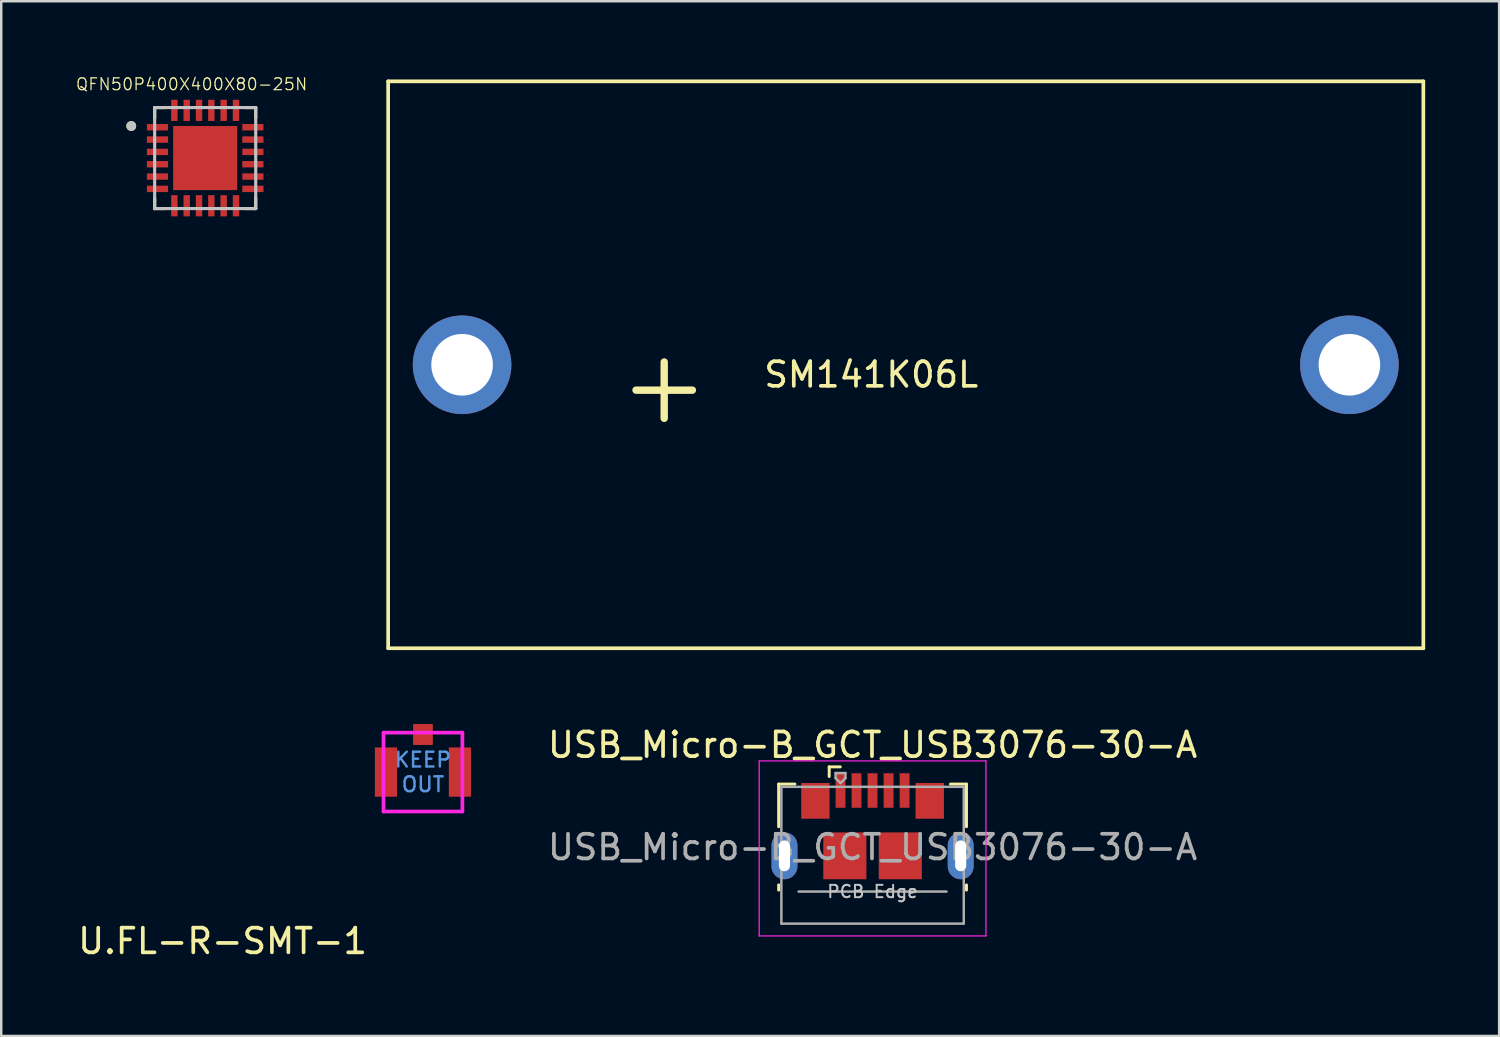
<source format=kicad_pcb>
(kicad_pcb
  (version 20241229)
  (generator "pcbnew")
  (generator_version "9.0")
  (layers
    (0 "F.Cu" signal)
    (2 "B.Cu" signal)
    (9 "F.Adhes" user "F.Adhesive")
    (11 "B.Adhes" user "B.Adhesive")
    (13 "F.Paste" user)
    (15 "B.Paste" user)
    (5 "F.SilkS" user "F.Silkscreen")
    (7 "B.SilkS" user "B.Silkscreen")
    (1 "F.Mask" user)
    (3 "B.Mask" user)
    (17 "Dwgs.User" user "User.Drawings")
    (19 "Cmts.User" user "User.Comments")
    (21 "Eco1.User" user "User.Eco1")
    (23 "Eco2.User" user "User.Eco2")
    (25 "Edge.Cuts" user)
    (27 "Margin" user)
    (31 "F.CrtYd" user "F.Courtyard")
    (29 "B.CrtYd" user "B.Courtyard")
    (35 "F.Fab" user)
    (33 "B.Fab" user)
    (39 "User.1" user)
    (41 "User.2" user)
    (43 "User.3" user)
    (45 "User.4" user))
  (footprint "SM141K06L"
    (layer "F.Cu")
    (at 12.698 0.25)
    (property "Reference" "SM141K06L" (at 19.6 11.9 0) (layer "F.SilkS") (effects (font (size 1 1) (thickness 0.15))))
    (attr through_hole)
    (fp_line (start 0 0) (end 42 0) (stroke (width 0.15) (type solid)) (layer "F.SilkS"))
    (fp_line (start 0 23) (end 0 0) (stroke (width 0.15) (type solid)) (layer "F.SilkS"))
    (fp_line (start 42 0) (end 42 23) (stroke (width 0.15) (type solid)) (layer "F.SilkS"))
    (fp_line (start 42 23) (end 0 23) (stroke (width 0.15) (type solid)) (layer "F.SilkS"))
    (fp_text user "+" (at 11.2 12.3 0) (layer "F.SilkS") (effects (font (size 3 3) (thickness 0.3))))
    (pad "1" thru_hole circle (at 3 11.5) (size 4 4) (drill 2.5) (layers "*.Cu" "*.Mask"))
    (pad "2" thru_hole circle (at 39 11.5) (size 4 4) (drill 2.5) (layers "*.Cu" "*.Mask")))
  (footprint "QFN50P400X400X80-25N"
    (layer "F.Cu")
    (at 5.275 3.363)
    (property "Reference" "QFN50P400X400X80-25N" (at -0.551 -2.995 0) (layer "F.SilkS") (effects (font (size 0.48 0.48) (thickness 0.05))))
    (attr smd)
    (fp_line (start -2.05 -2.05) (end -2.05 -1.63) (stroke (width 0.127) (type solid)) (layer "F.SilkS"))
    (fp_line (start -2.05 1.63) (end -2.05 2.05) (stroke (width 0.127) (type solid)) (layer "F.SilkS"))
    (fp_line (start -2.05 2.05) (end -1.63 2.05) (stroke (width 0.127) (type solid)) (layer "F.SilkS"))
    (fp_line (start -1.63 -2.05) (end -2.05 -2.05) (stroke (width 0.127) (type solid)) (layer "F.SilkS"))
    (fp_line (start 1.63 2.05) (end 2.05 2.05) (stroke (width 0.127) (type solid)) (layer "F.SilkS"))
    (fp_line (start 2.05 -2.05) (end 1.63 -2.05) (stroke (width 0.127) (type solid)) (layer "F.SilkS"))
    (fp_line (start 2.05 -1.63) (end 2.05 -2.05) (stroke (width 0.127) (type solid)) (layer "F.SilkS"))
    (fp_line (start 2.05 2.05) (end 2.05 1.63) (stroke (width 0.127) (type solid)) (layer "F.SilkS"))
    (fp_circle (center -3 -1.3) (end -2.9 -1.3) (stroke (width 0.2) (type solid)) (fill no) (layer "F.SilkS"))
    (fp_poly (pts (xy -1.045 -1.045) (xy -0.125 -1.045) (xy -0.125 -0.125) (xy -1.045 -0.125)) (stroke (width 0) (type solid)) (fill yes) (layer "F.Paste"))
    (fp_poly (pts (xy -1.045 0.125) (xy -0.125 0.125) (xy -0.125 1.045) (xy -1.045 1.045)) (stroke (width 0) (type solid)) (fill yes) (layer "F.Paste"))
    (fp_poly (pts (xy 0.125 -1.045) (xy 1.045 -1.045) (xy 1.045 -0.125) (xy 0.125 -0.125)) (stroke (width 0) (type solid)) (fill yes) (layer "F.Paste"))
    (fp_poly (pts (xy 0.125 0.125) (xy 1.045 0.125) (xy 1.045 1.045) (xy 0.125 1.045)) (stroke (width 0) (type solid)) (fill yes) (layer "F.Paste"))
    (fp_line (start -2.05 -2.05) (end 2.05 -2.05) (stroke (width 0.127) (type solid)) (layer "Dwgs.User"))
    (fp_line (start -2.05 2.05) (end -2.05 -2.05) (stroke (width 0.127) (type solid)) (layer "Dwgs.User"))
    (fp_line (start 2.05 -2.05) (end 2.05 2.05) (stroke (width 0.127) (type solid)) (layer "Dwgs.User"))
    (fp_line (start 2.05 2.05) (end -2.05 2.05) (stroke (width 0.127) (type solid)) (layer "Dwgs.User"))
    (fp_circle (center -3 -1.3) (end -2.9 -1.3) (stroke (width 0.2) (type solid)) (fill no) (layer "Dwgs.User"))
    (fp_line (start -2.62 -1.63) (end -2.3 -1.63) (stroke (width 0.05) (type solid)) (layer "Eco1.User"))
    (fp_line (start -2.62 1.63) (end -2.62 -1.63) (stroke (width 0.05) (type solid)) (layer "Eco1.User"))
    (fp_line (start -2.3 -2.3) (end -1.63 -2.3) (stroke (width 0.05) (type solid)) (layer "Eco1.User"))
    (fp_line (start -2.3 -1.63) (end -2.3 -2.3) (stroke (width 0.05) (type solid)) (layer "Eco1.User"))
    (fp_line (start -2.3 1.63) (end -2.62 1.63) (stroke (width 0.05) (type solid)) (layer "Eco1.User"))
    (fp_line (start -2.3 2.3) (end -2.3 1.63) (stroke (width 0.05) (type solid)) (layer "Eco1.User"))
    (fp_line (start -1.63 -2.62) (end 1.63 -2.62) (stroke (width 0.05) (type solid)) (layer "Eco1.User"))
    (fp_line (start -1.63 -2.3) (end -1.63 -2.62) (stroke (width 0.05) (type solid)) (layer "Eco1.User"))
    (fp_line (start -1.63 2.3) (end -2.3 2.3) (stroke (width 0.05) (type solid)) (layer "Eco1.User"))
    (fp_line (start -1.63 2.62) (end -1.63 2.3) (stroke (width 0.05) (type solid)) (layer "Eco1.User"))
    (fp_line (start 1.63 -2.62) (end 1.63 -2.3) (stroke (width 0.05) (type solid)) (layer "Eco1.User"))
    (fp_line (start 1.63 -2.3) (end 2.3 -2.3) (stroke (width 0.05) (type solid)) (layer "Eco1.User"))
    (fp_line (start 1.63 2.3) (end 1.63 2.62) (stroke (width 0.05) (type solid)) (layer "Eco1.User"))
    (fp_line (start 1.63 2.62) (end -1.63 2.62) (stroke (width 0.05) (type solid)) (layer "Eco1.User"))
    (fp_line (start 2.3 -2.3) (end 2.3 -1.63) (stroke (width 0.05) (type solid)) (layer "Eco1.User"))
    (fp_line (start 2.3 -1.63) (end 2.62 -1.63) (stroke (width 0.05) (type solid)) (layer "Eco1.User"))
    (fp_line (start 2.3 1.63) (end 2.3 2.3) (stroke (width 0.05) (type solid)) (layer "Eco1.User"))
    (fp_line (start 2.3 2.3) (end 1.63 2.3) (stroke (width 0.05) (type solid)) (layer "Eco1.User"))
    (fp_line (start 2.62 -1.63) (end 2.62 1.63) (stroke (width 0.05) (type solid)) (layer "Eco1.User"))
    (fp_line (start 2.62 1.63) (end 2.3 1.63) (stroke (width 0.05) (type solid)) (layer "Eco1.User"))
    (pad "1" smd rect (at -1.935 -1.25) (size 0.86 0.26) (layers "F.Cu" "F.Mask" "F.Paste"))
    (pad "2" smd rect (at -1.935 -0.75) (size 0.86 0.26) (layers "F.Cu" "F.Mask" "F.Paste"))
    (pad "3" smd rect (at -1.935 -0.25) (size 0.86 0.26) (layers "F.Cu" "F.Mask" "F.Paste"))
    (pad "4" smd rect (at -1.935 0.25) (size 0.86 0.26) (layers "F.Cu" "F.Mask" "F.Paste"))
    (pad "5" smd rect (at -1.935 0.75) (size 0.86 0.26) (layers "F.Cu" "F.Mask" "F.Paste"))
    (pad "6" smd rect (at -1.935 1.25) (size 0.86 0.26) (layers "F.Cu" "F.Mask" "F.Paste"))
    (pad "7" smd rect (at -1.25 1.935 90) (size 0.86 0.26) (layers "F.Cu" "F.Mask" "F.Paste"))
    (pad "8" smd rect (at -0.75 1.935 90) (size 0.86 0.26) (layers "F.Cu" "F.Mask" "F.Paste"))
    (pad "9" smd rect (at -0.25 1.935 90) (size 0.86 0.26) (layers "F.Cu" "F.Mask" "F.Paste"))
    (pad "10" smd rect (at 0.25 1.935 90) (size 0.86 0.26) (layers "F.Cu" "F.Mask" "F.Paste"))
    (pad "11" smd rect (at 0.75 1.935 90) (size 0.86 0.26) (layers "F.Cu" "F.Mask" "F.Paste"))
    (pad "12" smd rect (at 1.25 1.935 90) (size 0.86 0.26) (layers "F.Cu" "F.Mask" "F.Paste"))
    (pad "13" smd rect (at 1.935 1.25 180) (size 0.86 0.26) (layers "F.Cu" "F.Mask" "F.Paste"))
    (pad "14" smd rect (at 1.935 0.75 180) (size 0.86 0.26) (layers "F.Cu" "F.Mask" "F.Paste"))
    (pad "15" smd rect (at 1.935 0.25 180) (size 0.86 0.26) (layers "F.Cu" "F.Mask" "F.Paste"))
    (pad "16" smd rect (at 1.935 -0.25 180) (size 0.86 0.26) (layers "F.Cu" "F.Mask" "F.Paste"))
    (pad "17" smd rect (at 1.935 -0.75 180) (size 0.86 0.26) (layers "F.Cu" "F.Mask" "F.Paste"))
    (pad "18" smd rect (at 1.935 -1.25 180) (size 0.86 0.26) (layers "F.Cu" "F.Mask" "F.Paste"))
    (pad "19" smd rect (at 1.25 -1.935 270) (size 0.86 0.26) (layers "F.Cu" "F.Mask" "F.Paste"))
    (pad "20" smd rect (at 0.75 -1.935 270) (size 0.86 0.26) (layers "F.Cu" "F.Mask" "F.Paste"))
    (pad "21" smd rect (at 0.25 -1.935 270) (size 0.86 0.26) (layers "F.Cu" "F.Mask" "F.Paste"))
    (pad "22" smd rect (at -0.25 -1.935 270) (size 0.86 0.26) (layers "F.Cu" "F.Mask" "F.Paste"))
    (pad "23" smd rect (at -0.75 -1.935 270) (size 0.86 0.26) (layers "F.Cu" "F.Mask" "F.Paste"))
    (pad "24" smd rect (at -1.25 -1.935 270) (size 0.86 0.26) (layers "F.Cu" "F.Mask" "F.Paste"))
    (pad "25" smd rect (at 0 0 180) (size 2.6 2.6) (layers "F.Cu" "F.Mask" "F.Paste")))
  (footprint "USB_Micro-B_GCT_USB3076-30-A"
    (layer "F.Cu")
    (at 32.352 30.473)
    (property "Reference" "USB_Micro-B_GCT_USB3076-30-A" (at 0 -3.3 0) (layer "F.SilkS") (effects (font (size 1 1) (thickness 0.15))))
    (attr smd)
    (fp_line (start -3.81 -1.71) (end -3.15 -1.71) (stroke (width 0.12) (type solid)) (layer "F.SilkS"))
    (fp_line (start -3.81 0.02) (end -3.81 -1.71) (stroke (width 0.12) (type solid)) (layer "F.SilkS"))
    (fp_line (start -3.81 2.59) (end -3.81 2.38) (stroke (width 0.12) (type solid)) (layer "F.SilkS"))
    (fp_line (start -1.76 -2.41) (end -1.76 -2.02) (stroke (width 0.12) (type solid)) (layer "F.SilkS"))
    (fp_line (start -1.76 -2.41) (end -1.31 -2.41) (stroke (width 0.12) (type solid)) (layer "F.SilkS"))
    (fp_line (start 3.81 -1.71) (end 3.16 -1.71) (stroke (width 0.12) (type solid)) (layer "F.SilkS"))
    (fp_line (start 3.81 0.02) (end 3.81 -1.71) (stroke (width 0.12) (type solid)) (layer "F.SilkS"))
    (fp_line (start 3.81 2.59) (end 3.81 2.38) (stroke (width 0.12) (type solid)) (layer "F.SilkS"))
    (fp_line (start -4.6 -2.65) (end 4.6 -2.65) (stroke (width 0.05) (type solid)) (layer "F.CrtYd"))
    (fp_line (start -4.6 4.45) (end -4.6 -2.65) (stroke (width 0.05) (type solid)) (layer "F.CrtYd"))
    (fp_line (start -4.6 4.45) (end 4.6 4.45) (stroke (width 0.05) (type solid)) (layer "F.CrtYd"))
    (fp_line (start 4.6 -2.65) (end 4.6 4.45) (stroke (width 0.05) (type solid)) (layer "F.CrtYd"))
    (fp_line (start -3.7 -1.6) (end 3.7 -1.6) (stroke (width 0.1) (type solid)) (layer "F.Fab"))
    (fp_line (start -3.7 3.95) (end -3.7 -1.6) (stroke (width 0.1) (type solid)) (layer "F.Fab"))
    (fp_line (start -3.7 3.95) (end 3.7 3.95) (stroke (width 0.1) (type solid)) (layer "F.Fab"))
    (fp_line (start -3 2.65) (end 3 2.65) (stroke (width 0.1) (type solid)) (layer "F.Fab"))
    (fp_line (start -1.5 -2.16) (end -1.5 -1.95) (stroke (width 0.1) (type solid)) (layer "F.Fab"))
    (fp_line (start -1.5 -2.16) (end -1.1 -2.16) (stroke (width 0.1) (type solid)) (layer "F.Fab"))
    (fp_line (start -1.3 -1.75) (end -1.5 -1.95) (stroke (width 0.1) (type solid)) (layer "F.Fab"))
    (fp_line (start -1.1 -2.16) (end -1.1 -1.95) (stroke (width 0.1) (type solid)) (layer "F.Fab"))
    (fp_line (start -1.1 -1.95) (end -1.3 -1.75) (stroke (width 0.1) (type solid)) (layer "F.Fab"))
    (fp_line (start 3.7 3.95) (end 3.7 -1.6) (stroke (width 0.1) (type solid)) (layer "F.Fab"))
    (fp_text user "PCB Edge" (at 0 2.65 0) (layer "Dwgs.User") (effects (font (size 0.5 0.5) (thickness 0.08))))
    (fp_text user "${REFERENCE}" (at 0 0.85 0) (layer "F.Fab") (effects (font (size 1 1) (thickness 0.15))))
    (pad "1" smd rect (at -1.3 -1.45) (size 0.4 1.4) (layers "F.Cu" "F.Mask" "F.Paste"))
    (pad "2" smd rect (at -0.65 -1.45) (size 0.4 1.4) (layers "F.Cu" "F.Mask" "F.Paste"))
    (pad "3" smd rect (at 0 -1.45) (size 0.4 1.4) (layers "F.Cu" "F.Mask" "F.Paste"))
    (pad "4" smd rect (at 0.65 -1.45) (size 0.4 1.4) (layers "F.Cu" "F.Mask" "F.Paste"))
    (pad "5" smd rect (at 1.3 -1.45) (size 0.4 1.4) (layers "F.Cu" "F.Mask" "F.Paste"))
    (pad "6" thru_hole oval (at -3.575 1.2 180) (size 1.05 1.9) (drill oval 0.45 1.25) (layers "*.Cu" "*.Mask"))
    (pad "6" smd rect (at -2.32 -1.03) (size 1.15 1.45) (layers "F.Cu" "F.Mask" "F.Paste"))
    (pad "6" smd rect (at -1.125 1.2) (size 1.75 1.9) (layers "F.Cu" "F.Mask" "F.Paste"))
    (pad "6" smd rect (at 1.125 1.2) (size 1.75 1.9) (layers "F.Cu" "F.Mask" "F.Paste"))
    (pad "6" smd rect (at 2.32 -1.03) (size 1.15 1.45) (layers "F.Cu" "F.Mask" "F.Paste"))
    (pad "6" thru_hole oval (at 3.575 1.2) (size 1.05 1.9) (drill oval 0.45 1.25) (layers "*.Cu" "*.Mask")))
  (footprint "U.FL-R-SMT-1"
    (layer "F.Cu")
    (at 14.11 28.275)
    (property "Reference" "U.FL-R-SMT-1" (at -8.128 6.858 0) (layer "F.SilkS") (effects (font (size 1 1) (thickness 0.15))))
    (attr through_hole)
    (fp_line (start -1.6 -1.6) (end -1.6 1.6) (stroke (width 0.15) (type solid)) (layer "F.CrtYd"))
    (fp_line (start -1.6 1.6) (end 1.6 1.6) (stroke (width 0.15) (type solid)) (layer "F.CrtYd"))
    (fp_line (start 1.6 -1.6) (end -1.6 -1.6) (stroke (width 0.15) (type solid)) (layer "F.CrtYd"))
    (fp_line (start 1.6 1.6) (end 1.6 -1.6) (stroke (width 0.15) (type solid)) (layer "F.CrtYd"))
    (fp_text user "KEEP" (at 0 -0.5 0) (layer "Cmts.User") (effects (font (size 0.6 0.6) (thickness 0.1))))
    (fp_text user "OUT" (at 0 0.5 0) (layer "Cmts.User") (effects (font (size 0.6 0.6) (thickness 0.1))))
    (pad "1" smd rect (at 0 -1.525) (size 0.8 0.85) (layers "F.Cu" "F.Mask" "F.Paste"))
    (pad "2" smd rect (at -1.5 0) (size 0.9 2) (layers "F.Cu" "F.Mask" "F.Paste"))
    (pad "2" smd rect (at 1.5 0) (size 0.9 2) (layers "F.Cu" "F.Mask" "F.Paste")))
  (gr_rect
    (start -3 -3)
    (end 57.773 38.981)
    (stroke (width 0.1) (type default))
    (fill no)
    (layer "Edge.Cuts")))
</source>
